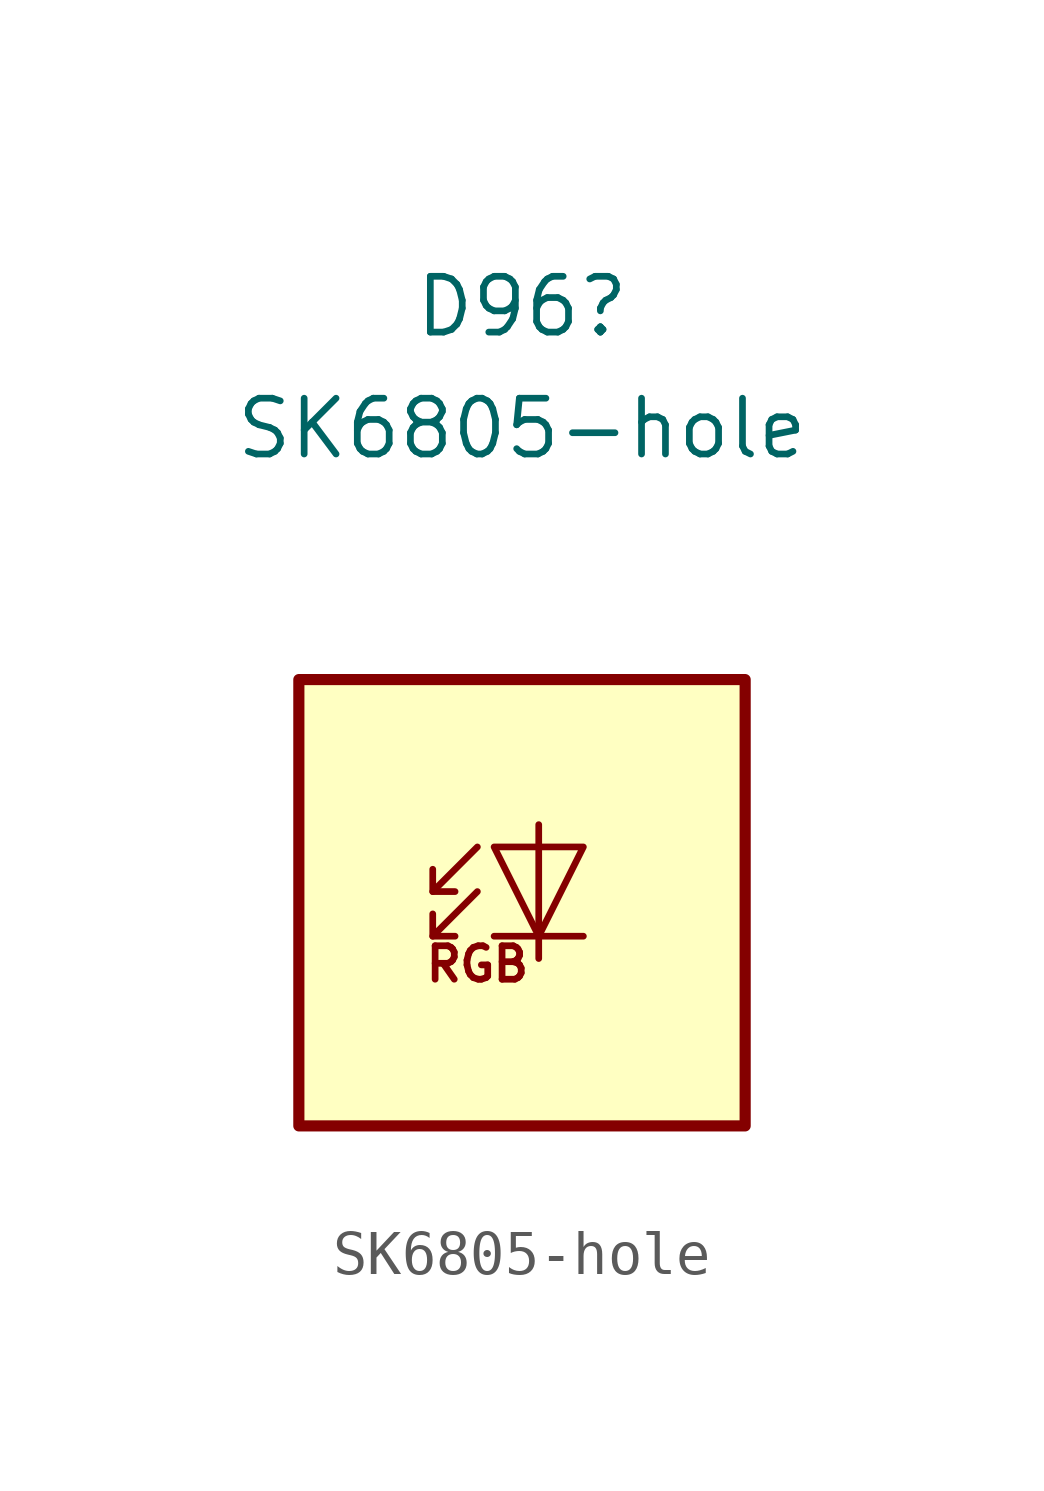
<source format=kicad_sym>
(kicad_symbol_lib
  (version 20211014)
  (generator kicad_symbol_editor)
  (symbol "SK6805-hole"
    (pin_names
      (offset 0.254))
    (property "Reference" "D96"
      (at 0 13.57 0)
      (effects (font (size 1.27 1.27))))
    (property "Value" "SK6805-hole"
      (at 0 10.795 0)
      (effects (font (size 1.27 1.27))))
    (symbol "SK6805-hole_0_0"
      (text "RGB" (at -1.016 -1.397 0) (effects (font (size 0.762 0.762)))))
    (symbol "SK6805-hole_0_1"
      (polyline (pts (xy -2.032 -0.762) (xy -1.524 -0.762)) (stroke (width 0) (type default) (color 0 0 0 0)) (fill (type none)))
      (polyline (pts (xy -2.032 0.254) (xy -1.524 0.254)) (stroke (width 0) (type default) (color 0 0 0 0)) (fill (type none)))
      (polyline (pts (xy 1.397 -0.762) (xy -0.635 -0.762)) (stroke (width 0) (type default) (color 0 0 0 0)) (fill (type none)))
      (polyline (pts (xy -1.016 0.254) (xy -2.032 -0.762) (xy -2.032 -0.254)) (stroke (width 0) (type default) (color 0 0 0 0)) (fill (type none)))
      (polyline (pts (xy -1.016 1.27) (xy -2.032 0.254) (xy -2.032 0.762)) (stroke (width 0) (type default) (color 0 0 0 0)) (fill (type none)))
      (polyline (pts (xy 0.381 1.778) (xy 0.381 -0.762) (xy 0.381 -1.27)) (stroke (width 0) (type default) (color 0 0 0 0)) (fill (type none)))
      (polyline (pts (xy 1.397 1.27) (xy -0.635 1.27) (xy 0.381 -0.762) (xy 1.397 1.27)) (stroke (width 0) (type default) (color 0 0 0 0)) (fill (type none)))
      (rectangle (start 5.08 5.08) (end -5.08 -5.08) (stroke (width 0.254) (type default) (color 0 0 0 0)) (fill (type background))))))
</source>
